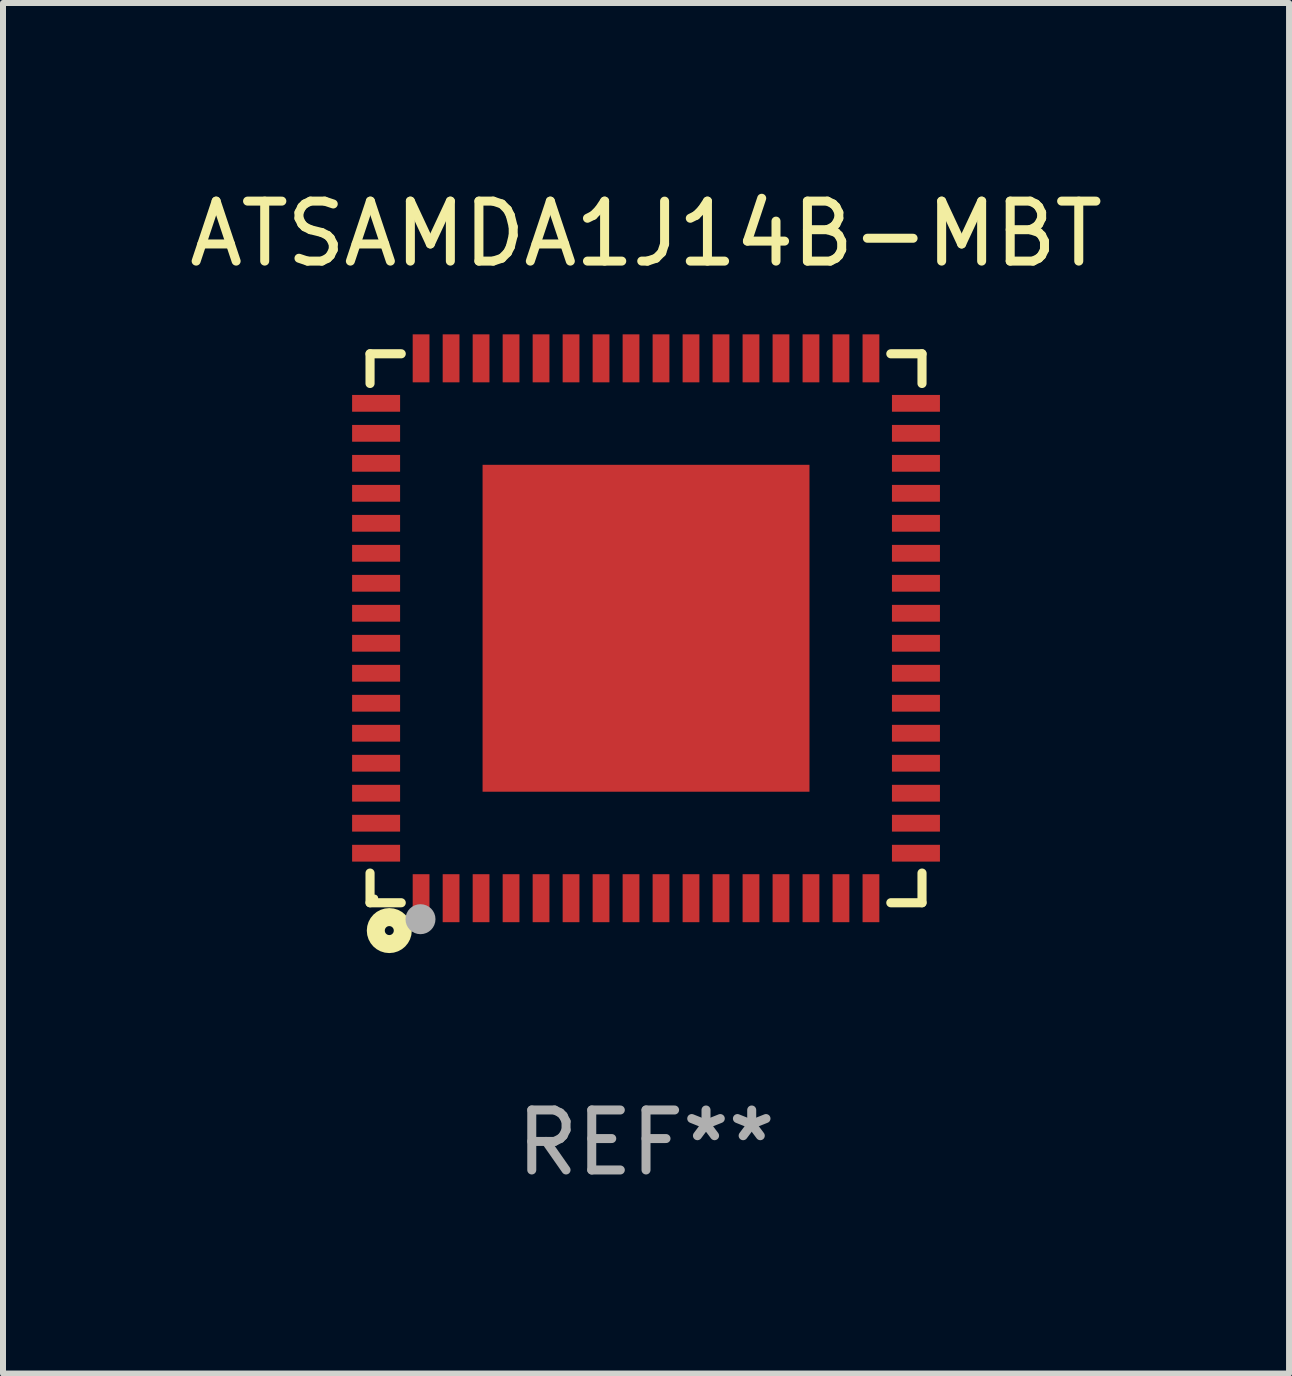
<source format=kicad_pcb>
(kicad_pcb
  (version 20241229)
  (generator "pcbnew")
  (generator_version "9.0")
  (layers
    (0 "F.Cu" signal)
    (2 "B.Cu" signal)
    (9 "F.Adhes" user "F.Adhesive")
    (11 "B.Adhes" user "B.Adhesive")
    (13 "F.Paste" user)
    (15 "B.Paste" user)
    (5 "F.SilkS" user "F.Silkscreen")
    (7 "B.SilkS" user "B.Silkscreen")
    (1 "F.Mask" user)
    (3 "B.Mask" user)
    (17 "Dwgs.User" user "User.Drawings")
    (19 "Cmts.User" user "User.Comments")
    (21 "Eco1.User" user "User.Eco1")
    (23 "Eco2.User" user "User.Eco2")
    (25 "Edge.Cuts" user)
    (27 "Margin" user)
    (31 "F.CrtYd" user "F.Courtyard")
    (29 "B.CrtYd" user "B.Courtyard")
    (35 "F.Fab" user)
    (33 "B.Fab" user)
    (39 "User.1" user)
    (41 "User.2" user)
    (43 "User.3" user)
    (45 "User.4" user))
  (footprint "ATSAMDA1J14B-MBT"
    (layer "F.Cu")
    (at 7.72 7.424)
    (property "Reference" "ATSAMDA1J14B-MBT" (at 0 -6.576 0) (layer "F.SilkS") (effects (font (size 1 1) (thickness 0.15))))
    (attr through_hole)
    (fp_line (start -4.601 -4.576) (end -4.081 -4.576) (stroke (width 0.152) (type solid)) (layer "F.SilkS"))
    (fp_line (start -4.601 -4.081) (end -4.601 -4.576) (stroke (width 0.152) (type solid)) (layer "F.SilkS"))
    (fp_line (start -4.601 4.081) (end -4.601 4.576) (stroke (width 0.152) (type solid)) (layer "F.SilkS"))
    (fp_line (start -4.601 4.576) (end -4.081 4.576) (stroke (width 0.152) (type solid)) (layer "F.SilkS"))
    (fp_line (start 4.601 -4.576) (end 4.081 -4.576) (stroke (width 0.152) (type solid)) (layer "F.SilkS"))
    (fp_line (start 4.601 -4.081) (end 4.601 -4.576) (stroke (width 0.152) (type solid)) (layer "F.SilkS"))
    (fp_line (start 4.601 4.081) (end 4.601 4.576) (stroke (width 0.152) (type solid)) (layer "F.SilkS"))
    (fp_line (start 4.601 4.576) (end 4.081 4.576) (stroke (width 0.152) (type solid)) (layer "F.SilkS"))
    (fp_circle (center -4.525 4.5) (end -4.495 4.5) (stroke (width 0.06) (type solid)) (fill no) (layer "F.SilkS"))
    (fp_circle (center -4.28 5.04) (end -4.205 5.04) (stroke (width 0.3) (type solid)) (fill no) (layer "F.SilkS"))
    (fp_circle (center -3.76 4.85) (end -3.635 4.85) (stroke (width 0.25) (type solid)) (fill no) (layer "F.Fab"))
    (fp_text user "REF**" (at 0 8.576 0) (layer "F.Fab") (effects (font (size 1 1) (thickness 0.15))))
    (pad "1" smd rect (at -3.75 4.5) (size 0.28 0.8) (layers "F.Cu" "F.Mask" "F.Paste"))
    (pad "2" smd rect (at -3.25 4.5) (size 0.28 0.8) (layers "F.Cu" "F.Mask" "F.Paste"))
    (pad "3" smd rect (at -2.75 4.5) (size 0.28 0.8) (layers "F.Cu" "F.Mask" "F.Paste"))
    (pad "4" smd rect (at -2.25 4.5) (size 0.28 0.8) (layers "F.Cu" "F.Mask" "F.Paste"))
    (pad "5" smd rect (at -1.75 4.5) (size 0.28 0.8) (layers "F.Cu" "F.Mask" "F.Paste"))
    (pad "6" smd rect (at -1.25 4.5) (size 0.28 0.8) (layers "F.Cu" "F.Mask" "F.Paste"))
    (pad "7" smd rect (at -0.75 4.5) (size 0.28 0.8) (layers "F.Cu" "F.Mask" "F.Paste"))
    (pad "8" smd rect (at -0.25 4.5) (size 0.28 0.8) (layers "F.Cu" "F.Mask" "F.Paste"))
    (pad "9" smd rect (at 0.25 4.5) (size 0.28 0.8) (layers "F.Cu" "F.Mask" "F.Paste"))
    (pad "10" smd rect (at 0.75 4.5) (size 0.28 0.8) (layers "F.Cu" "F.Mask" "F.Paste"))
    (pad "11" smd rect (at 1.25 4.5) (size 0.28 0.8) (layers "F.Cu" "F.Mask" "F.Paste"))
    (pad "12" smd rect (at 1.75 4.5) (size 0.28 0.8) (layers "F.Cu" "F.Mask" "F.Paste"))
    (pad "13" smd rect (at 2.25 4.5) (size 0.28 0.8) (layers "F.Cu" "F.Mask" "F.Paste"))
    (pad "14" smd rect (at 2.75 4.5) (size 0.28 0.8) (layers "F.Cu" "F.Mask" "F.Paste"))
    (pad "15" smd rect (at 3.25 4.5) (size 0.28 0.8) (layers "F.Cu" "F.Mask" "F.Paste"))
    (pad "16" smd rect (at 3.75 4.5) (size 0.28 0.8) (layers "F.Cu" "F.Mask" "F.Paste"))
    (pad "17" smd rect (at 4.5 3.75) (size 0.8 0.28) (layers "F.Cu" "F.Mask" "F.Paste"))
    (pad "18" smd rect (at 4.5 3.25) (size 0.8 0.28) (layers "F.Cu" "F.Mask" "F.Paste"))
    (pad "19" smd rect (at 4.5 2.75) (size 0.8 0.28) (layers "F.Cu" "F.Mask" "F.Paste"))
    (pad "20" smd rect (at 4.5 2.25) (size 0.8 0.28) (layers "F.Cu" "F.Mask" "F.Paste"))
    (pad "21" smd rect (at 4.5 1.75) (size 0.8 0.28) (layers "F.Cu" "F.Mask" "F.Paste"))
    (pad "22" smd rect (at 4.5 1.25) (size 0.8 0.28) (layers "F.Cu" "F.Mask" "F.Paste"))
    (pad "23" smd rect (at 4.5 0.75) (size 0.8 0.28) (layers "F.Cu" "F.Mask" "F.Paste"))
    (pad "24" smd rect (at 4.5 0.25) (size 0.8 0.28) (layers "F.Cu" "F.Mask" "F.Paste"))
    (pad "25" smd rect (at 4.5 -0.25) (size 0.8 0.28) (layers "F.Cu" "F.Mask" "F.Paste"))
    (pad "26" smd rect (at 4.5 -0.75) (size 0.8 0.28) (layers "F.Cu" "F.Mask" "F.Paste"))
    (pad "27" smd rect (at 4.5 -1.25) (size 0.8 0.28) (layers "F.Cu" "F.Mask" "F.Paste"))
    (pad "28" smd rect (at 4.5 -1.75) (size 0.8 0.28) (layers "F.Cu" "F.Mask" "F.Paste"))
    (pad "29" smd rect (at 4.5 -2.25) (size 0.8 0.28) (layers "F.Cu" "F.Mask" "F.Paste"))
    (pad "30" smd rect (at 4.5 -2.75) (size 0.8 0.28) (layers "F.Cu" "F.Mask" "F.Paste"))
    (pad "31" smd rect (at 4.5 -3.25) (size 0.8 0.28) (layers "F.Cu" "F.Mask" "F.Paste"))
    (pad "32" smd rect (at 4.5 -3.75) (size 0.8 0.28) (layers "F.Cu" "F.Mask" "F.Paste"))
    (pad "33" smd rect (at 3.75 -4.5) (size 0.28 0.8) (layers "F.Cu" "F.Mask" "F.Paste"))
    (pad "34" smd rect (at 3.25 -4.5) (size 0.28 0.8) (layers "F.Cu" "F.Mask" "F.Paste"))
    (pad "35" smd rect (at 2.75 -4.5) (size 0.28 0.8) (layers "F.Cu" "F.Mask" "F.Paste"))
    (pad "36" smd rect (at 2.25 -4.5) (size 0.28 0.8) (layers "F.Cu" "F.Mask" "F.Paste"))
    (pad "37" smd rect (at 1.75 -4.5) (size 0.28 0.8) (layers "F.Cu" "F.Mask" "F.Paste"))
    (pad "38" smd rect (at 1.25 -4.5) (size 0.28 0.8) (layers "F.Cu" "F.Mask" "F.Paste"))
    (pad "39" smd rect (at 0.75 -4.5) (size 0.28 0.8) (layers "F.Cu" "F.Mask" "F.Paste"))
    (pad "40" smd rect (at 0.25 -4.5) (size 0.28 0.8) (layers "F.Cu" "F.Mask" "F.Paste"))
    (pad "41" smd rect (at -0.25 -4.5) (size 0.28 0.8) (layers "F.Cu" "F.Mask" "F.Paste"))
    (pad "42" smd rect (at -0.75 -4.5) (size 0.28 0.8) (layers "F.Cu" "F.Mask" "F.Paste"))
    (pad "43" smd rect (at -1.25 -4.5) (size 0.28 0.8) (layers "F.Cu" "F.Mask" "F.Paste"))
    (pad "44" smd rect (at -1.75 -4.5) (size 0.28 0.8) (layers "F.Cu" "F.Mask" "F.Paste"))
    (pad "45" smd rect (at -2.25 -4.5) (size 0.28 0.8) (layers "F.Cu" "F.Mask" "F.Paste"))
    (pad "46" smd rect (at -2.75 -4.5) (size 0.28 0.8) (layers "F.Cu" "F.Mask" "F.Paste"))
    (pad "47" smd rect (at -3.25 -4.5) (size 0.28 0.8) (layers "F.Cu" "F.Mask" "F.Paste"))
    (pad "48" smd rect (at -3.75 -4.5) (size 0.28 0.8) (layers "F.Cu" "F.Mask" "F.Paste"))
    (pad "49" smd rect (at -4.5 -3.75) (size 0.8 0.28) (layers "F.Cu" "F.Mask" "F.Paste"))
    (pad "50" smd rect (at -4.5 -3.25) (size 0.8 0.28) (layers "F.Cu" "F.Mask" "F.Paste"))
    (pad "51" smd rect (at -4.5 -2.75) (size 0.8 0.28) (layers "F.Cu" "F.Mask" "F.Paste"))
    (pad "52" smd rect (at -4.5 -2.25) (size 0.8 0.28) (layers "F.Cu" "F.Mask" "F.Paste"))
    (pad "53" smd rect (at -4.5 -1.75) (size 0.8 0.28) (layers "F.Cu" "F.Mask" "F.Paste"))
    (pad "54" smd rect (at -4.5 -1.25) (size 0.8 0.28) (layers "F.Cu" "F.Mask" "F.Paste"))
    (pad "55" smd rect (at -4.5 -0.75) (size 0.8 0.28) (layers "F.Cu" "F.Mask" "F.Paste"))
    (pad "56" smd rect (at -4.5 -0.25) (size 0.8 0.28) (layers "F.Cu" "F.Mask" "F.Paste"))
    (pad "57" smd rect (at -4.5 0.25) (size 0.8 0.28) (layers "F.Cu" "F.Mask" "F.Paste"))
    (pad "58" smd rect (at -4.5 0.75) (size 0.8 0.28) (layers "F.Cu" "F.Mask" "F.Paste"))
    (pad "59" smd rect (at -4.5 1.25) (size 0.8 0.28) (layers "F.Cu" "F.Mask" "F.Paste"))
    (pad "60" smd rect (at -4.5 1.75) (size 0.8 0.28) (layers "F.Cu" "F.Mask" "F.Paste"))
    (pad "61" smd rect (at -4.5 2.25) (size 0.8 0.28) (layers "F.Cu" "F.Mask" "F.Paste"))
    (pad "62" smd rect (at -4.5 2.75) (size 0.8 0.28) (layers "F.Cu" "F.Mask" "F.Paste"))
    (pad "63" smd rect (at -4.5 3.25) (size 0.8 0.28) (layers "F.Cu" "F.Mask" "F.Paste"))
    (pad "64" smd rect (at -4.5 3.75) (size 0.8 0.28) (layers "F.Cu" "F.Mask" "F.Paste"))
    (pad "65" smd rect (at 0 0) (size 5.45 5.45) (layers "F.Cu" "F.Mask" "F.Paste")))
  (gr_rect
    (start -3 -3)
    (end 18.44 19.849)
    (stroke (width 0.1) (type default))
    (fill no)
    (layer "Edge.Cuts")))
</source>
